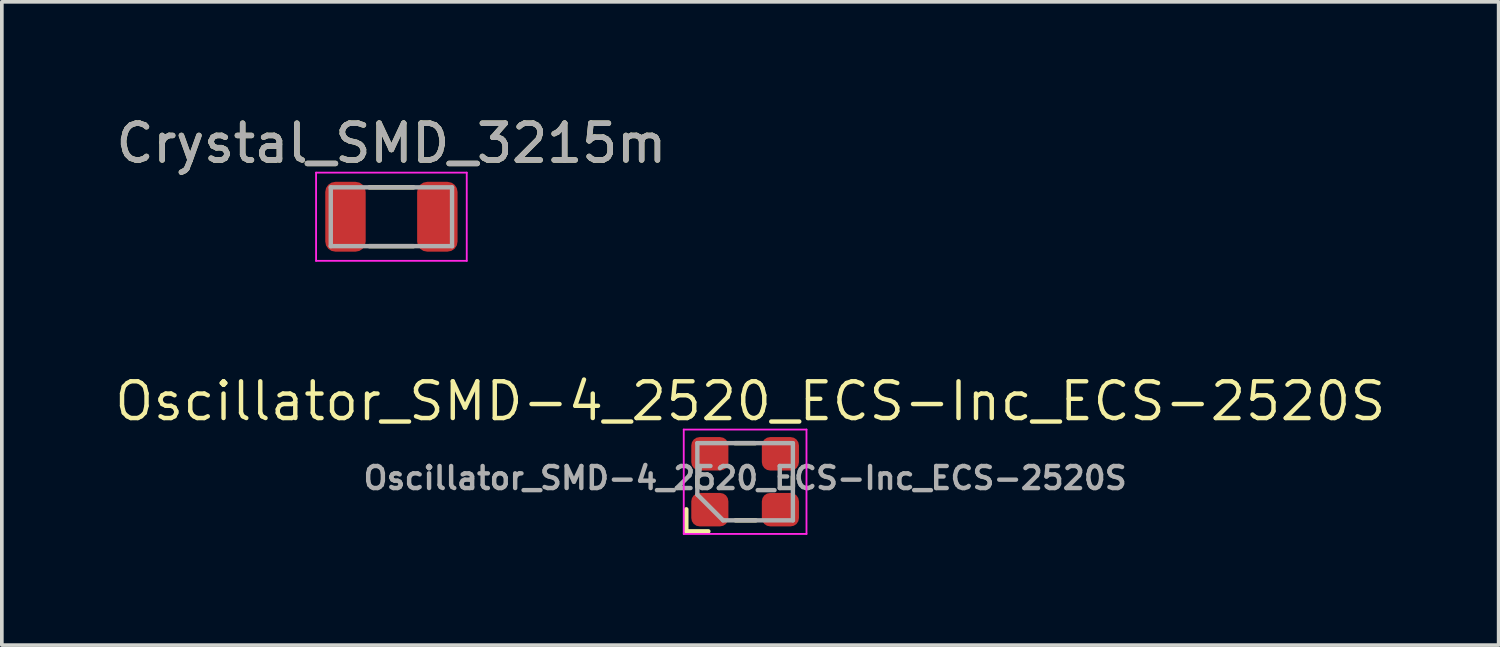
<source format=kicad_pcb>
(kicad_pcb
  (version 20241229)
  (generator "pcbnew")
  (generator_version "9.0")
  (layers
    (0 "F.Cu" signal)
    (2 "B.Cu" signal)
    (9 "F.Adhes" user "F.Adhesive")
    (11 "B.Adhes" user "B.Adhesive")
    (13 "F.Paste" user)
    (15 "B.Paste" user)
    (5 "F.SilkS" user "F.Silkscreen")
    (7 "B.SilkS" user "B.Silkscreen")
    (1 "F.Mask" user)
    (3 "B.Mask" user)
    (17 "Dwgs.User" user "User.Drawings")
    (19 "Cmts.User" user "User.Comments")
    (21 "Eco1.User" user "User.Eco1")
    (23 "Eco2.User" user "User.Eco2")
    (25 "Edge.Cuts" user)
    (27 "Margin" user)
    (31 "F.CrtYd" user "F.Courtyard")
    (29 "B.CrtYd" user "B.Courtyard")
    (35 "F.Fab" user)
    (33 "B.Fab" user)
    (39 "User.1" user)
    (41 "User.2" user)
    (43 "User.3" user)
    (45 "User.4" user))
  (footprint "Crystal_SMD_3215m"
    (layer "F.Cu")
    (at 7.601 2.848)
    (property "Reference" "Crystal_SMD_3215m" (at 0 -2 0) (unlocked yes) (layer "F.SilkS") (effects (font (size 1 1) (thickness 0.15))))
    (attr smd)
    (fp_line (start -0.6 -0.8) (end 0.6 -0.8) (stroke (width 0.12) (type solid)) (layer "F.SilkS"))
    (fp_line (start -0.6 0.8) (end 0.6 0.8) (stroke (width 0.12) (type solid)) (layer "F.SilkS"))
    (fp_line (start -2.05 -1.2) (end -2.05 1.2) (stroke (width 0.05) (type solid)) (layer "F.CrtYd"))
    (fp_line (start -2.05 -1.2) (end 2.05 -1.2) (stroke (width 0.05) (type solid)) (layer "F.CrtYd"))
    (fp_line (start -2.05 1.2) (end 2.05 1.2) (stroke (width 0.05) (type solid)) (layer "F.CrtYd"))
    (fp_line (start 2.05 -1.2) (end 2.05 1.2) (stroke (width 0.05) (type solid)) (layer "F.CrtYd"))
    (fp_line (start -1.65 -0.8) (end -1.65 0.8) (stroke (width 0.12) (type solid)) (layer "F.Fab"))
    (fp_line (start -1.65 -0.8) (end 1.65 -0.8) (stroke (width 0.12) (type solid)) (layer "F.Fab"))
    (fp_line (start -1.65 0.8) (end 1.65 0.8) (stroke (width 0.12) (type solid)) (layer "F.Fab"))
    (fp_line (start 1.65 -0.8) (end 1.65 0.8) (stroke (width 0.12) (type solid)) (layer "F.Fab"))
    (fp_text user "${REFERENCE}" (at 0 -2 0) (layer "F.Fab") (effects (font (size 1 1) (thickness 0.15))))
    (pad "1" smd roundrect (at 1.25 0) (size 1.1 1.9) (layers "F.Cu" "F.Mask" "F.Paste") (roundrect_rratio 0.25))
    (pad "2" smd roundrect (at -1.25 0) (size 1.1 1.9) (layers "F.Cu" "F.Mask" "F.Paste") (roundrect_rratio 0.25)))
  (footprint "Oscillator_SMD-4_2520_ECS-Inc_ECS-2520S"
    (layer "F.Cu")
    (at 17.226 10.059)
    (property "Reference" "Oscillator_SMD-4_2520_ECS-Inc_ECS-2520S" (at 0.14 -2.19 0) (unlocked yes) (layer "F.SilkS") (effects (font (size 1 1) (thickness 0.12))))
    (attr smd)
    (fp_line (start -1.6 0.75) (end -1.6 1.35) (stroke (width 0.12) (type solid)) (layer "F.SilkS"))
    (fp_line (start -1.3 0.14) (end -1.3 -0.14) (stroke (width 0.12) (type solid)) (layer "F.SilkS"))
    (fp_line (start -1 1.35) (end -1.6 1.35) (stroke (width 0.12) (type solid)) (layer "F.SilkS"))
    (fp_line (start -0.26 1.05) (end 0.29 1.05) (stroke (width 0.12) (type solid)) (layer "F.SilkS"))
    (fp_line (start 0.275 -1.05) (end -0.275 -1.05) (stroke (width 0.12) (type solid)) (layer "F.SilkS"))
    (fp_line (start 1.3 0.14) (end 1.3 -0.14) (stroke (width 0.12) (type solid)) (layer "F.SilkS"))
    (fp_line (start -1.67 -1.42) (end 1.67 -1.42) (stroke (width 0.05) (type solid)) (layer "F.CrtYd"))
    (fp_line (start -1.67 1.42) (end -1.67 -1.42) (stroke (width 0.05) (type solid)) (layer "F.CrtYd"))
    (fp_line (start 1.67 -1.42) (end 1.67 1.42) (stroke (width 0.05) (type solid)) (layer "F.CrtYd"))
    (fp_line (start 1.67 1.42) (end -1.67 1.42) (stroke (width 0.05) (type solid)) (layer "F.CrtYd"))
    (fp_line (start -1.3 -1.05) (end 1.3 -1.05) (stroke (width 0.12) (type solid)) (layer "F.Fab"))
    (fp_line (start -1.3 0.35) (end -1.3 -1.05) (stroke (width 0.12) (type solid)) (layer "F.Fab"))
    (fp_line (start -0.6 1.05) (end -1.3 0.35) (stroke (width 0.12) (type solid)) (layer "F.Fab"))
    (fp_line (start 1.3 -1.05) (end 1.3 1.05) (stroke (width 0.12) (type solid)) (layer "F.Fab"))
    (fp_line (start 1.3 1.05) (end -0.6 1.05) (stroke (width 0.12) (type solid)) (layer "F.Fab"))
    (fp_text user "${REFERENCE}" (at 0 -0.1 0) (layer "F.Fab") (effects (font (size 0.6 0.6) (thickness 0.12))))
    (pad "1" smd roundrect (at -0.96 0.76 90) (size 0.91 1.01) (layers "F.Cu" "F.Mask" "F.Paste") (roundrect_rratio 0.25))
    (pad "2" smd roundrect (at 0.96 0.76 90) (size 0.91 1.01) (layers "F.Cu" "F.Mask" "F.Paste") (roundrect_rratio 0.25))
    (pad "3" smd roundrect (at 0.96 -0.76 90) (size 0.91 1.01) (layers "F.Cu" "F.Mask" "F.Paste") (roundrect_rratio 0.25))
    (pad "4" smd roundrect (at -0.96 -0.76 90) (size 0.91 1.01) (layers "F.Cu" "F.Mask" "F.Paste") (roundrect_rratio 0.25)))
  (gr_rect
    (start -3 -3)
    (end 37.731 14.504)
    (stroke (width 0.1) (type default))
    (fill no)
    (layer "Edge.Cuts")))
</source>
